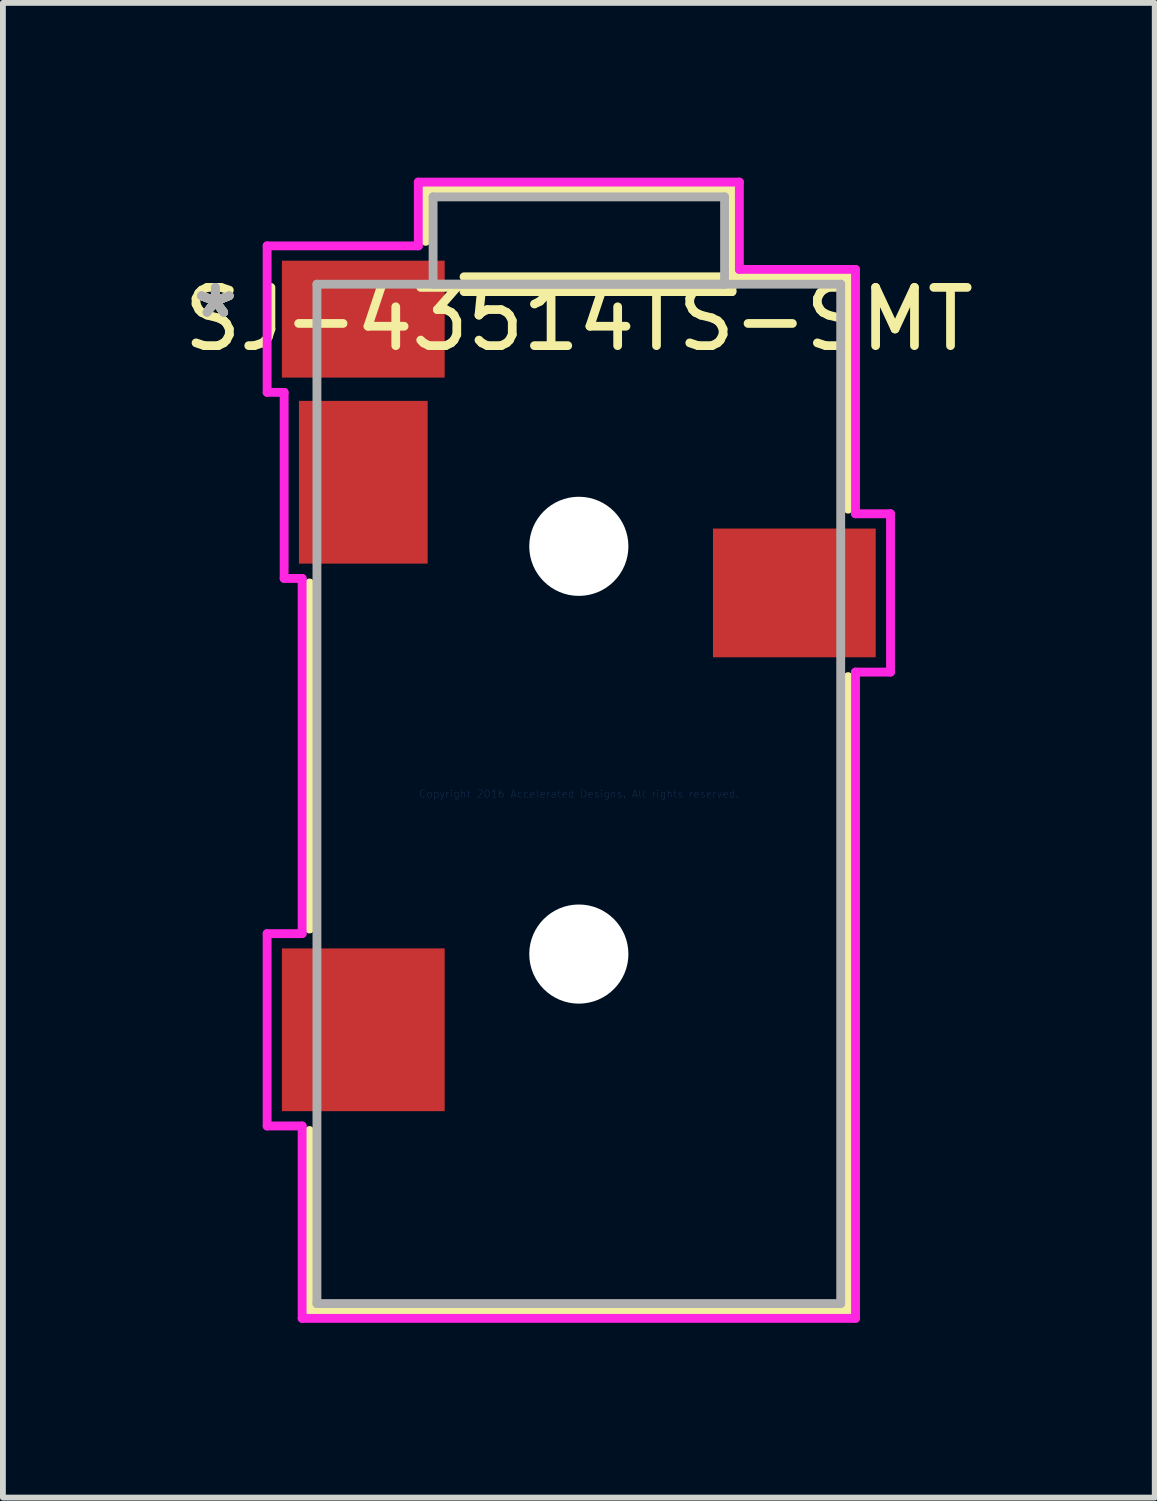
<source format=kicad_pcb>
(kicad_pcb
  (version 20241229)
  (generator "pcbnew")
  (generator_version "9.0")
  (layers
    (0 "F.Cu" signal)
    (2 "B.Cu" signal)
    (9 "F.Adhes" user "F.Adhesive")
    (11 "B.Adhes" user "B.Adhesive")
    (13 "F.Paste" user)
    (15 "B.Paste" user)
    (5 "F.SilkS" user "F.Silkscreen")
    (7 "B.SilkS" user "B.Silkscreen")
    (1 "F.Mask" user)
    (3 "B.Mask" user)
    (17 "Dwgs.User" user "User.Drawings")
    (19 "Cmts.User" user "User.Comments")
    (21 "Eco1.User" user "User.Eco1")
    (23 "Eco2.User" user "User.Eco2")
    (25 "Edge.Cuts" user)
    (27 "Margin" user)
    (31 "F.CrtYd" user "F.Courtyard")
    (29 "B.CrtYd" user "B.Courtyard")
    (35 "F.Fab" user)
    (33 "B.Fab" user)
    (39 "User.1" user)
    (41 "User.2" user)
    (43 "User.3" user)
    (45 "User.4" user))
  (footprint "SJ-43514TS-SMT"
    (layer "F.Cu")
    (at 6.887 10.579)
    (property "Reference" "SJ-43514TS-SMT" (at 0 -8.15 0) (layer "F.SilkS") (effects (font (size 1 1) (thickness 0.15))))
    (attr smd)
    (fp_line (start -4.623 -3.621) (end -4.623 2.32) (stroke (width 0.152) (type solid)) (layer "F.SilkS"))
    (fp_line (start -4.623 5.779) (end -4.623 8.877) (stroke (width 0.152) (type solid)) (layer "F.SilkS"))
    (fp_line (start -4.623 8.877) (end 4.572 8.877) (stroke (width 0.152) (type solid)) (layer "F.SilkS"))
    (fp_line (start -2.629 -10.376) (end -2.629 -9.486) (stroke (width 0.152) (type solid)) (layer "F.SilkS"))
    (fp_line (start -1.97 -8.623) (end 2.629 -8.623) (stroke (width 0.152) (type solid)) (layer "F.SilkS"))
    (fp_line (start 2.629 -10.376) (end -2.629 -10.376) (stroke (width 0.152) (type solid)) (layer "F.SilkS"))
    (fp_line (start 2.629 -8.623) (end 2.629 -10.376) (stroke (width 0.152) (type solid)) (layer "F.SilkS"))
    (fp_line (start 4.623 -8.877) (end -1.97 -8.877) (stroke (width 0.152) (type solid)) (layer "F.SilkS"))
    (fp_line (start 4.623 -4.888) (end 4.623 -8.877) (stroke (width 0.152) (type solid)) (layer "F.SilkS"))
    (fp_line (start 4.623 8.877) (end 4.623 -2.013) (stroke (width 0.152) (type solid)) (layer "F.SilkS"))
    (fp_line (start -5.351 -9.408) (end -5.351 -6.893) (stroke (width 0.152) (type solid)) (layer "F.CrtYd"))
    (fp_line (start -5.351 -6.893) (end -5.059 -6.893) (stroke (width 0.152) (type solid)) (layer "F.CrtYd"))
    (fp_line (start -5.351 2.399) (end -5.351 5.701) (stroke (width 0.152) (type solid)) (layer "F.CrtYd"))
    (fp_line (start -5.351 5.701) (end -4.75 5.701) (stroke (width 0.152) (type solid)) (layer "F.CrtYd"))
    (fp_line (start -5.059 -6.893) (end -5.059 -3.699) (stroke (width 0.152) (type solid)) (layer "F.CrtYd"))
    (fp_line (start -5.059 -3.699) (end -4.75 -3.699) (stroke (width 0.152) (type solid)) (layer "F.CrtYd"))
    (fp_line (start -4.75 -3.699) (end -4.75 2.399) (stroke (width 0.152) (type solid)) (layer "F.CrtYd"))
    (fp_line (start -4.75 2.399) (end -5.351 2.399) (stroke (width 0.152) (type solid)) (layer "F.CrtYd"))
    (fp_line (start -4.75 5.701) (end -4.75 9.004) (stroke (width 0.152) (type solid)) (layer "F.CrtYd"))
    (fp_line (start -4.75 9.004) (end 4.75 9.004) (stroke (width 0.152) (type solid)) (layer "F.CrtYd"))
    (fp_line (start -2.756 -10.503) (end -2.756 -9.408) (stroke (width 0.152) (type solid)) (layer "F.CrtYd"))
    (fp_line (start -2.756 -9.408) (end -5.351 -9.408) (stroke (width 0.152) (type solid)) (layer "F.CrtYd"))
    (fp_line (start 2.756 -10.503) (end -2.756 -10.503) (stroke (width 0.152) (type solid)) (layer "F.CrtYd"))
    (fp_line (start 2.756 -9.004) (end 2.756 -10.503) (stroke (width 0.152) (type solid)) (layer "F.CrtYd"))
    (fp_line (start 4.75 -9.004) (end 2.756 -9.004) (stroke (width 0.152) (type solid)) (layer "F.CrtYd"))
    (fp_line (start 4.75 -4.809) (end 4.75 -9.004) (stroke (width 0.152) (type solid)) (layer "F.CrtYd"))
    (fp_line (start 4.75 -2.091) (end 5.351 -2.091) (stroke (width 0.152) (type solid)) (layer "F.CrtYd"))
    (fp_line (start 4.75 9.004) (end 4.75 -2.091) (stroke (width 0.152) (type solid)) (layer "F.CrtYd"))
    (fp_line (start 5.351 -4.809) (end 4.75 -4.809) (stroke (width 0.152) (type solid)) (layer "F.CrtYd"))
    (fp_line (start 5.351 -2.091) (end 5.351 -4.809) (stroke (width 0.152) (type solid)) (layer "F.CrtYd"))
    (fp_line (start -4.496 -8.75) (end -4.496 8.75) (stroke (width 0.152) (type solid)) (layer "F.Fab"))
    (fp_line (start -4.496 8.75) (end 4.496 8.75) (stroke (width 0.152) (type solid)) (layer "F.Fab"))
    (fp_line (start -2.502 -10.249) (end -2.502 -8.75) (stroke (width 0.152) (type solid)) (layer "F.Fab"))
    (fp_line (start -2.502 -8.75) (end 2.502 -8.75) (stroke (width 0.152) (type solid)) (layer "F.Fab"))
    (fp_line (start 2.502 -10.249) (end -2.502 -10.249) (stroke (width 0.152) (type solid)) (layer "F.Fab"))
    (fp_line (start 2.502 -8.75) (end 2.502 -10.249) (stroke (width 0.152) (type solid)) (layer "F.Fab"))
    (fp_line (start 4.496 -8.75) (end -4.496 -8.75) (stroke (width 0.152) (type solid)) (layer "F.Fab"))
    (fp_line (start 4.496 8.75) (end 4.496 -8.75) (stroke (width 0.152) (type solid)) (layer "F.Fab"))
    (fp_text user "*" (at -6.24 -8.15 0) (layer "F.SilkS") (effects (font (size 1 1) (thickness 0.15))))
    (fp_text user "*" (at -6.24 -8.15 0) (layer "F.SilkS") (effects (font (size 1 1) (thickness 0.15))))
    (fp_text user "Copyright 2016 Accelerated Designs. All rights reserved." (at 0 0 0) (layer "Cmts.User") (effects (font (size 0.127 0.127) (thickness 0.002))))
    (fp_text user "*" (at -6.24 -8.15 0) (layer "F.Fab") (effects (font (size 1 1) (thickness 0.15))))
    (fp_text user "*" (at -6.24 -8.15 0) (layer "F.Fab") (effects (font (size 1 1) (thickness 0.15))))
    (pad "" np_thru_hole circle (at 0 -4.25) (size 1.702 1.702) (drill 1.702) (layers "*.Cu" "*.Mask"))
    (pad "" np_thru_hole circle (at 0 2.75) (size 1.702 1.702) (drill 1.702) (layers "*.Cu" "*.Mask"))
    (pad "1" smd rect (at -3.7 -8.15) (size 2.794 2.007) (layers "F.Cu" "F.Mask" "F.Paste"))
    (pad "2" smd rect (at -3.7 4.05) (size 2.794 2.794) (layers "F.Cu" "F.Mask" "F.Paste"))
    (pad "3" smd rect (at 3.7 -3.45) (size 2.794 2.21) (layers "F.Cu" "F.Mask" "F.Paste"))
    (pad "4" smd rect (at -3.7 -5.35) (size 2.21 2.794) (layers "F.Cu" "F.Mask" "F.Paste")))
  (gr_rect
    (start -3 -3)
    (end 16.774 22.66)
    (stroke (width 0.1) (type default))
    (fill no)
    (layer "Edge.Cuts")))
</source>
